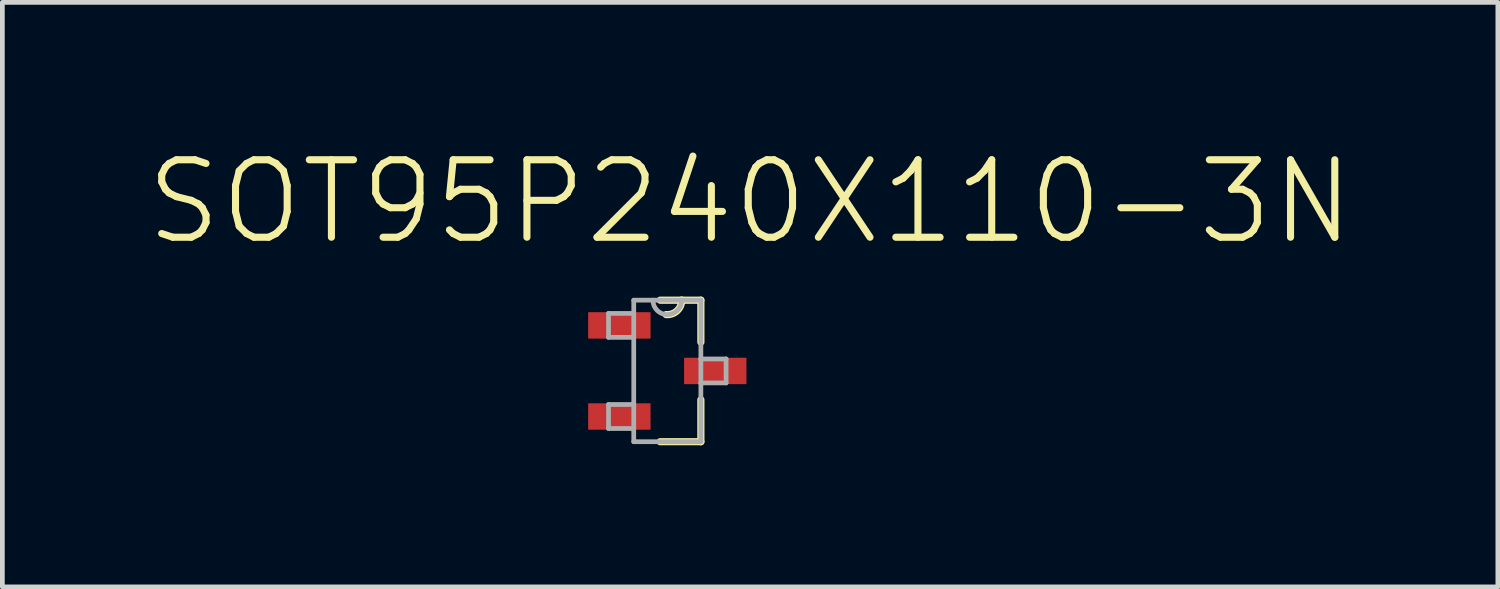
<source format=kicad_pcb>
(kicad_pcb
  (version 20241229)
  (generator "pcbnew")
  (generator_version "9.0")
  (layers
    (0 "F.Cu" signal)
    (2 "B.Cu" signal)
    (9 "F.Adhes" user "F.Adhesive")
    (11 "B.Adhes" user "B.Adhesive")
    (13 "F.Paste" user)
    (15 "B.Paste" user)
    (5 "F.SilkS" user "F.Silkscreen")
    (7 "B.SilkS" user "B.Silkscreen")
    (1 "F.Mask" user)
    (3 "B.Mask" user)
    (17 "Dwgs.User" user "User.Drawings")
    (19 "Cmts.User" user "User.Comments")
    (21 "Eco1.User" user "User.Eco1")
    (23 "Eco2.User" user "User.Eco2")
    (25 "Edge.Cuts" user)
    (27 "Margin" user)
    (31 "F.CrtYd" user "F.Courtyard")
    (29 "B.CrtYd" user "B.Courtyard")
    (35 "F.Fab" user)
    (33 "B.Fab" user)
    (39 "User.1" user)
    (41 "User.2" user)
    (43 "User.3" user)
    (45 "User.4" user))
  (footprint "SOT95P240X110-3N"
    (layer "F.Cu")
    (at 11.086 4.808)
    (property "Reference" "SOT95P240X110-3N" (at 1.754 -3.584 0) (layer "F.SilkS") (effects (font (size 1.641 1.641) (thickness 0.15))))
    (attr smd)
    (fp_line (start -0.152 1.499) (end 0.711 1.499) (stroke (width 0.152) (type solid)) (layer "F.SilkS"))
    (fp_line (start 0.305 -1.499) (end -0.152 -1.499) (stroke (width 0.152) (type solid)) (layer "F.SilkS"))
    (fp_line (start 0.711 -1.499) (end 0.305 -1.499) (stroke (width 0.152) (type solid)) (layer "F.SilkS"))
    (fp_line (start 0.711 -0.61) (end 0.711 -1.499) (stroke (width 0.152) (type solid)) (layer "F.SilkS"))
    (fp_line (start 0.711 1.499) (end 0.711 0.61) (stroke (width 0.152) (type solid)) (layer "F.SilkS"))
    (fp_arc (start 0.3048 -1.4986) (mid 0.206758 -1.273554) (end -0.0254 -1.1938) (stroke (width 0.1524) (type solid)) (layer "F.SilkS"))
    (fp_line (start -1.245 -1.219) (end -1.245 -0.711) (stroke (width 0.1) (type solid)) (layer "F.Fab"))
    (fp_line (start -1.245 -0.711) (end -0.711 -0.711) (stroke (width 0.1) (type solid)) (layer "F.Fab"))
    (fp_line (start -1.245 0.711) (end -1.245 1.219) (stroke (width 0.1) (type solid)) (layer "F.Fab"))
    (fp_line (start -1.245 1.219) (end -0.711 1.219) (stroke (width 0.1) (type solid)) (layer "F.Fab"))
    (fp_line (start -0.711 -1.499) (end -0.711 -1.219) (stroke (width 0.1) (type solid)) (layer "F.Fab"))
    (fp_line (start -0.711 -1.219) (end -1.245 -1.219) (stroke (width 0.1) (type solid)) (layer "F.Fab"))
    (fp_line (start -0.711 -1.219) (end -0.711 -0.711) (stroke (width 0.1) (type solid)) (layer "F.Fab"))
    (fp_line (start -0.711 -0.711) (end -0.711 0.711) (stroke (width 0.1) (type solid)) (layer "F.Fab"))
    (fp_line (start -0.711 0.711) (end -1.245 0.711) (stroke (width 0.1) (type solid)) (layer "F.Fab"))
    (fp_line (start -0.711 1.219) (end -0.711 0.711) (stroke (width 0.1) (type solid)) (layer "F.Fab"))
    (fp_line (start -0.711 1.499) (end -0.711 1.219) (stroke (width 0.1) (type solid)) (layer "F.Fab"))
    (fp_line (start -0.711 1.499) (end 0.711 1.499) (stroke (width 0.1) (type solid)) (layer "F.Fab"))
    (fp_line (start -0.305 -1.499) (end -0.711 -1.499) (stroke (width 0.1) (type solid)) (layer "F.Fab"))
    (fp_line (start 0.305 -1.499) (end -0.305 -1.499) (stroke (width 0.1) (type solid)) (layer "F.Fab"))
    (fp_line (start 0.711 -1.499) (end 0.305 -1.499) (stroke (width 0.1) (type solid)) (layer "F.Fab"))
    (fp_line (start 0.711 -0.254) (end 0.711 -1.499) (stroke (width 0.1) (type solid)) (layer "F.Fab"))
    (fp_line (start 0.711 0.254) (end 0.711 -0.254) (stroke (width 0.1) (type solid)) (layer "F.Fab"))
    (fp_line (start 0.711 0.254) (end 1.245 0.254) (stroke (width 0.1) (type solid)) (layer "F.Fab"))
    (fp_line (start 0.711 1.499) (end 0.711 0.254) (stroke (width 0.1) (type solid)) (layer "F.Fab"))
    (fp_line (start 1.245 -0.254) (end 0.711 -0.254) (stroke (width 0.1) (type solid)) (layer "F.Fab"))
    (fp_line (start 1.245 0.254) (end 1.245 -0.254) (stroke (width 0.1) (type solid)) (layer "F.Fab"))
    (fp_arc (start 0.3048 -1.4986) (mid 0 -1.1938) (end -0.3048 -1.4986) (stroke (width 0.1) (type solid)) (layer "F.Fab"))
    (pad "1" smd rect (at -1.016 -0.965) (size 1.321 0.559) (layers "F.Cu" "F.Mask" "F.Paste"))
    (pad "2" smd rect (at -1.016 0.965) (size 1.321 0.559) (layers "F.Cu" "F.Mask" "F.Paste"))
    (pad "3" smd rect (at 1.016 0) (size 1.321 0.559) (layers "F.Cu" "F.Mask" "F.Paste")))
  (gr_rect
    (start -3 -3)
    (end 28.68 9.383)
    (stroke (width 0.1) (type default))
    (fill no)
    (layer "Edge.Cuts")))
</source>
